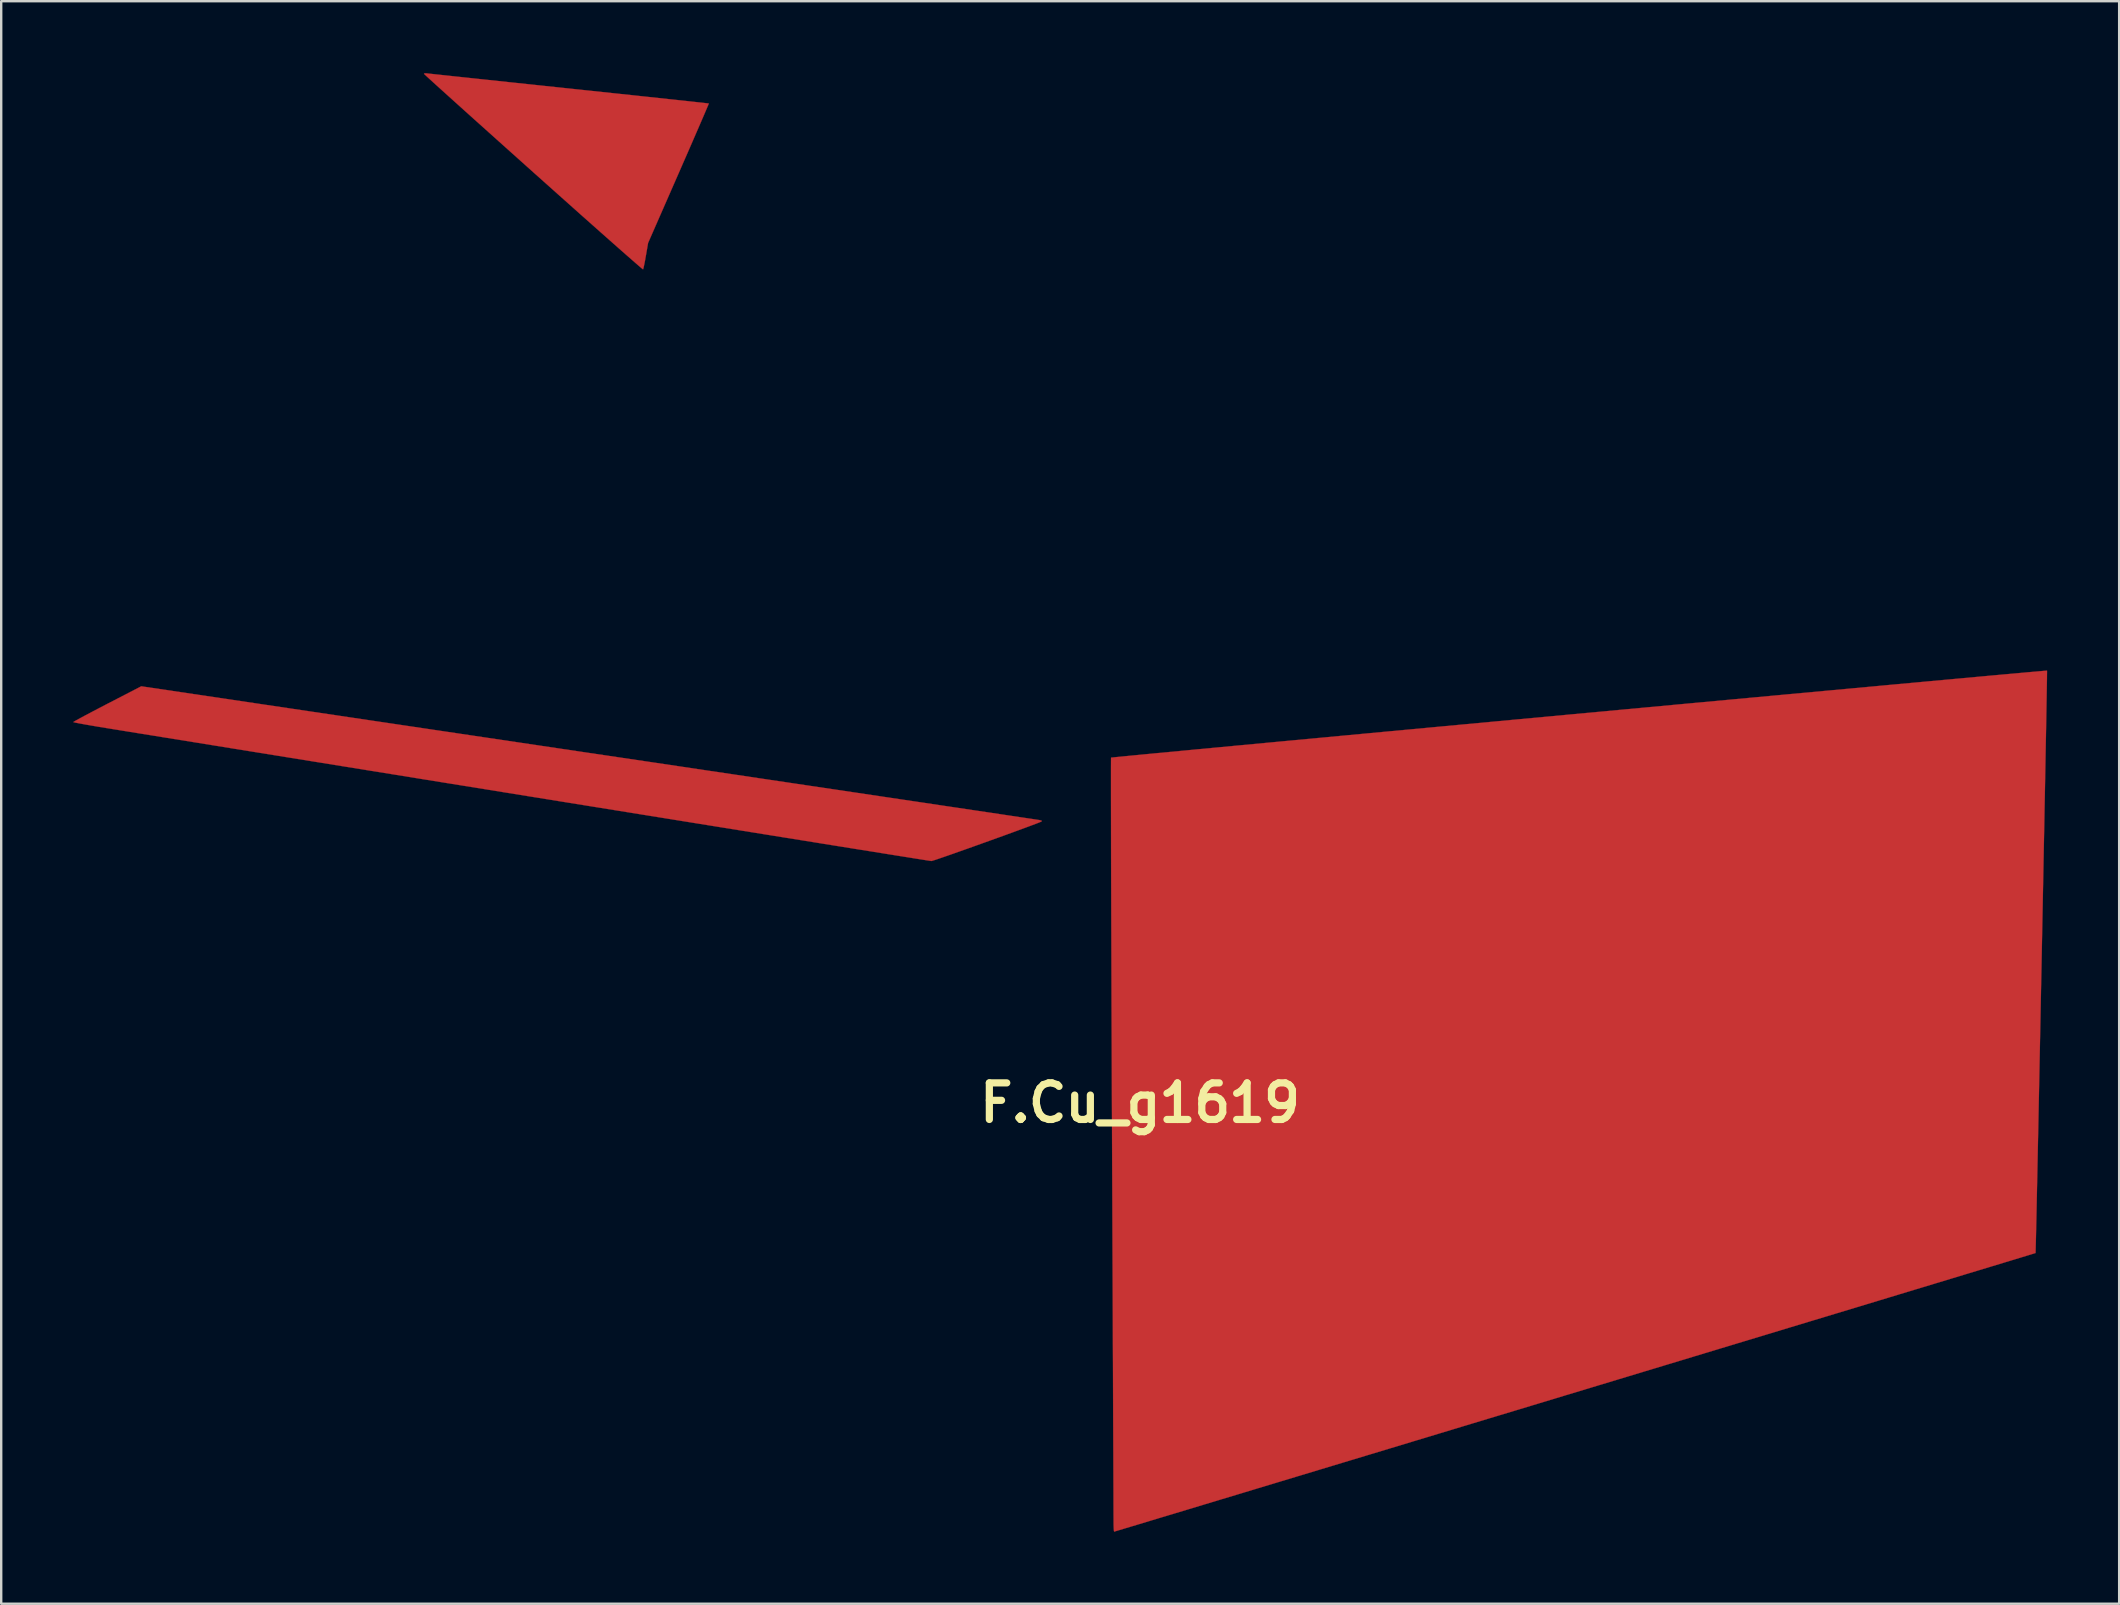
<source format=kicad_pcb>
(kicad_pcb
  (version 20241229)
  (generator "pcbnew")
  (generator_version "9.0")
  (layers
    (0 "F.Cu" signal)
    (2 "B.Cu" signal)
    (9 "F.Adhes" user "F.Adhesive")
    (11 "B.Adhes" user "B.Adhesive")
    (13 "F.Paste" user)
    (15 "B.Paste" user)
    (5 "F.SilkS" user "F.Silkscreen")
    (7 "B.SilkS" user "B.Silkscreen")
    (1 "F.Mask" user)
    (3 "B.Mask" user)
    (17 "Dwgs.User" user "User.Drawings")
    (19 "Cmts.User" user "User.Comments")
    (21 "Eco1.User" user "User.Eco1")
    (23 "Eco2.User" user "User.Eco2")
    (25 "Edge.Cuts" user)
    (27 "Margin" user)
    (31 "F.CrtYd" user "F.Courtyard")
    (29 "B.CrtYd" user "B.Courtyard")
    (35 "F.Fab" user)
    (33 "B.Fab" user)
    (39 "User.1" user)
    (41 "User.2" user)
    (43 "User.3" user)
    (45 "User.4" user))
  (footprint "F.Cu_g1619"
    (layer "F.Cu")
    (at 44.454 42.909)
    (property "Reference" "F.Cu_g1619" (at 0 0 0) (layer "F.SilkS") (effects (font (size 1.524 1.524) (thickness 0.3))))
    (attr through_hole)
    (fp_poly (pts (xy -29.727 -42.903) (xy -29.71 -42.901) (xy -29.652 -42.894) (xy -29.514 -42.879) (xy -29.303 -42.856) (xy -29.021 -42.826) (xy -28.676 -42.789) (xy -28.271 -42.746) (xy -27.812 -42.697) (xy -27.303 -42.643) (xy -26.749 -42.584) (xy -26.157 -42.521) (xy -25.529 -42.455) (xy -24.872 -42.385) (xy -24.19 -42.313) (xy -23.774 -42.269) (xy -23.083 -42.196) (xy -22.415 -42.125) (xy -21.775 -42.057) (xy -21.168 -41.993) (xy -20.598 -41.932) (xy -20.072 -41.876) (xy -19.593 -41.824) (xy -19.166 -41.779) (xy -18.796 -41.739) (xy -18.489 -41.705) (xy -18.248 -41.679) (xy -18.078 -41.66) (xy -17.985 -41.649) (xy -17.968 -41.646) (xy -17.982 -41.606) (xy -18.029 -41.495) (xy -18.104 -41.319) (xy -18.205 -41.083) (xy -18.33 -40.794) (xy -18.476 -40.457) (xy -18.64 -40.079) (xy -18.82 -39.665) (xy -19.014 -39.223) (xy -19.217 -38.757) (xy -19.227 -38.735) (xy -20.498 -35.835) (xy -20.591 -35.297) (xy -20.627 -35.093) (xy -20.661 -34.921) (xy -20.688 -34.797) (xy -20.706 -34.737) (xy -20.708 -34.735) (xy -20.741 -34.76) (xy -20.835 -34.838) (xy -20.984 -34.967) (xy -21.185 -35.143) (xy -21.436 -35.362) (xy -21.732 -35.623) (xy -22.069 -35.921) (xy -22.445 -36.254) (xy -22.856 -36.619) (xy -23.298 -37.011) (xy -23.767 -37.43) (xy -24.261 -37.87) (xy -24.775 -38.329) (xy -25.278 -38.778) (xy -25.808 -39.253) (xy -26.322 -39.713) (xy -26.814 -40.154) (xy -27.282 -40.574) (xy -27.722 -40.968) (xy -28.13 -41.335) (xy -28.503 -41.671) (xy -28.838 -41.973) (xy -29.131 -42.237) (xy -29.377 -42.46) (xy -29.575 -42.64) (xy -29.72 -42.772) (xy -29.808 -42.855) (xy -29.837 -42.883) (xy -29.81 -42.904) (xy -29.727 -42.903)) (stroke (width 0.01) (type solid)) (fill yes) (layer "F.Cu"))
    (fp_poly (pts (xy -22.957 -14.584) (xy -21.71 -14.399) (xy -20.484 -14.217) (xy -19.282 -14.038) (xy -18.106 -13.862) (xy -16.958 -13.692) (xy -15.842 -13.525) (xy -14.76 -13.364) (xy -13.715 -13.208) (xy -12.709 -13.059) (xy -11.746 -12.915) (xy -10.827 -12.778) (xy -9.956 -12.648) (xy -9.135 -12.526) (xy -8.367 -12.411) (xy -7.655 -12.305) (xy -7.001 -12.207) (xy -6.408 -12.119) (xy -5.879 -12.04) (xy -5.416 -11.97) (xy -5.021 -11.911) (xy -4.699 -11.863) (xy -4.451 -11.826) (xy -4.28 -11.8) (xy -4.188 -11.786) (xy -4.173 -11.783) (xy -4.096 -11.76) (xy -4.097 -11.733) (xy -4.11 -11.725) (xy -4.174 -11.697) (xy -4.308 -11.644) (xy -4.502 -11.571) (xy -4.748 -11.479) (xy -5.037 -11.373) (xy -5.359 -11.255) (xy -5.707 -11.128) (xy -6.072 -10.997) (xy -6.444 -10.863) (xy -6.815 -10.73) (xy -7.176 -10.601) (xy -7.519 -10.48) (xy -7.834 -10.368) (xy -8.114 -10.271) (xy -8.348 -10.19) (xy -8.528 -10.129) (xy -8.646 -10.092) (xy -8.692 -10.08) (xy -8.74 -10.087) (xy -8.869 -10.107) (xy -9.075 -10.139) (xy -9.357 -10.184) (xy -9.711 -10.241) (xy -10.134 -10.308) (xy -10.624 -10.387) (xy -11.177 -10.476) (xy -11.792 -10.574) (xy -12.464 -10.682) (xy -13.191 -10.799) (xy -13.971 -10.925) (xy -14.801 -11.058) (xy -15.677 -11.199) (xy -16.597 -11.347) (xy -17.558 -11.502) (xy -18.557 -11.663) (xy -19.591 -11.83) (xy -20.658 -12.002) (xy -21.754 -12.179) (xy -22.877 -12.36) (xy -24.025 -12.545) (xy -25.193 -12.734) (xy -25.252 -12.743) (xy -26.434 -12.934) (xy -27.602 -13.123) (xy -28.752 -13.308) (xy -29.88 -13.49) (xy -30.984 -13.669) (xy -32.06 -13.842) (xy -33.105 -14.011) (xy -34.117 -14.175) (xy -35.092 -14.332) (xy -36.027 -14.483) (xy -36.918 -14.627) (xy -37.763 -14.763) (xy -38.558 -14.892) (xy -39.301 -15.012) (xy -39.988 -15.123) (xy -40.616 -15.224) (xy -41.182 -15.316) (xy -41.683 -15.396) (xy -42.115 -15.466) (xy -42.476 -15.525) (xy -42.763 -15.571) (xy -42.971 -15.605) (xy -43.085 -15.623) (xy -43.413 -15.677) (xy -43.713 -15.728) (xy -43.975 -15.774) (xy -44.188 -15.813) (xy -44.344 -15.843) (xy -44.432 -15.863) (xy -44.449 -15.87) (xy -44.412 -15.895) (xy -44.309 -15.954) (xy -44.146 -16.042) (xy -43.933 -16.157) (xy -43.678 -16.292) (xy -43.388 -16.444) (xy -43.073 -16.608) (xy -43.033 -16.629) (xy -41.617 -17.361) (xy -22.957 -14.584)) (stroke (width 0.01) (type solid)) (fill yes) (layer "F.Cu"))
    (fp_poly (pts (xy 37.797 -17.97) (xy 37.795 -17.847) (xy 37.793 -17.647) (xy 37.788 -17.375) (xy 37.782 -17.034) (xy 37.775 -16.629) (xy 37.767 -16.164) (xy 37.758 -15.643) (xy 37.747 -15.07) (xy 37.735 -14.45) (xy 37.723 -13.785) (xy 37.71 -13.081) (xy 37.695 -12.341) (xy 37.681 -11.569) (xy 37.665 -10.771) (xy 37.649 -9.948) (xy 37.633 -9.107) (xy 37.616 -8.25) (xy 37.599 -7.382) (xy 37.582 -6.508) (xy 37.565 -5.63) (xy 37.547 -4.753) (xy 37.53 -3.882) (xy 37.513 -3.02) (xy 37.496 -2.171) (xy 37.479 -1.34) (xy 37.463 -0.531) (xy 37.447 0.253) (xy 37.432 1.007) (xy 37.417 1.727) (xy 37.403 2.409) (xy 37.39 3.05) (xy 37.377 3.644) (xy 37.366 4.188) (xy 37.356 4.677) (xy 37.346 5.108) (xy 37.338 5.477) (xy 37.331 5.78) (xy 37.325 6.011) (xy 37.321 6.168) (xy 37.319 6.246) (xy 37.318 6.255) (xy 37.277 6.268) (xy 37.159 6.304) (xy 36.965 6.363) (xy 36.7 6.444) (xy 36.365 6.545) (xy 35.965 6.667) (xy 35.502 6.807) (xy 34.979 6.966) (xy 34.4 7.141) (xy 33.767 7.333) (xy 33.083 7.54) (xy 32.352 7.761) (xy 31.576 7.996) (xy 30.759 8.244) (xy 29.903 8.503) (xy 29.011 8.773) (xy 28.088 9.052) (xy 27.135 9.34) (xy 26.155 9.637) (xy 25.153 9.94) (xy 24.13 10.249) (xy 23.09 10.564) (xy 22.036 10.883) (xy 20.971 11.205) (xy 19.897 11.53) (xy 18.819 11.856) (xy 17.739 12.182) (xy 16.66 12.509) (xy 15.585 12.834) (xy 14.517 13.156) (xy 13.459 13.476) (xy 12.415 13.792) (xy 11.386 14.103) (xy 10.378 14.408) (xy 9.391 14.706) (xy 8.43 14.996) (xy 7.497 15.278) (xy 6.596 15.55) (xy 5.73 15.812) (xy 4.9 16.062) (xy 4.112 16.301) (xy 3.367 16.525) (xy 2.669 16.736) (xy 2.021 16.932) (xy 1.425 17.112) (xy 0.885 17.274) (xy 0.405 17.419) (xy -0.014 17.546) (xy -0.368 17.652) (xy -0.654 17.738) (xy -0.87 17.803) (xy -1.01 17.845) (xy -1.074 17.864) (xy -1.078 17.865) (xy -1.087 17.825) (xy -1.095 17.718) (xy -1.1 17.561) (xy -1.101 17.41) (xy -1.101 17.334) (xy -1.102 17.177) (xy -1.103 16.941) (xy -1.104 16.63) (xy -1.105 16.246) (xy -1.107 15.794) (xy -1.109 15.274) (xy -1.111 14.692) (xy -1.114 14.049) (xy -1.117 13.35) (xy -1.12 12.596) (xy -1.123 11.791) (xy -1.126 10.938) (xy -1.13 10.041) (xy -1.133 9.101) (xy -1.137 8.123) (xy -1.141 7.11) (xy -1.146 6.063) (xy -1.15 4.987) (xy -1.154 3.885) (xy -1.159 2.759) (xy -1.164 1.613) (xy -1.165 1.295) (xy -1.17 0.149) (xy -1.174 -0.976) (xy -1.178 -2.077) (xy -1.182 -3.149) (xy -1.186 -4.192) (xy -1.189 -5.201) (xy -1.192 -6.173) (xy -1.195 -7.106) (xy -1.198 -7.997) (xy -1.2 -8.842) (xy -1.203 -9.639) (xy -1.205 -10.386) (xy -1.206 -11.078) (xy -1.207 -11.712) (xy -1.208 -12.287) (xy -1.209 -12.799) (xy -1.209 -13.245) (xy -1.209 -13.622) (xy -1.209 -13.927) (xy -1.208 -14.158) (xy -1.207 -14.31) (xy -1.206 -14.382) (xy -1.205 -14.388) (xy -1.162 -14.393) (xy -1.037 -14.406) (xy -0.835 -14.426) (xy -0.558 -14.453) (xy -0.21 -14.487) (xy 0.207 -14.527) (xy 0.688 -14.573) (xy 1.232 -14.624) (xy 1.834 -14.681) (xy 2.492 -14.744) (xy 3.202 -14.81) (xy 3.961 -14.882) (xy 4.766 -14.957) (xy 5.614 -15.037) (xy 6.5 -15.12) (xy 7.424 -15.207) (xy 8.38 -15.296) (xy 9.366 -15.388) (xy 10.379 -15.483) (xy 11.415 -15.579) (xy 12.471 -15.678) (xy 13.545 -15.778) (xy 14.632 -15.879) (xy 15.73 -15.982) (xy 16.835 -16.084) (xy 17.945 -16.188) (xy 19.055 -16.291) (xy 20.164 -16.394) (xy 21.267 -16.496) (xy 22.361 -16.598) (xy 23.443 -16.698) (xy 24.511 -16.797) (xy 25.56 -16.894) (xy 26.588 -16.989) (xy 27.592 -17.082) (xy 28.567 -17.172) (xy 29.512 -17.259) (xy 30.422 -17.343) (xy 31.295 -17.424) (xy 32.127 -17.5) (xy 32.915 -17.573) (xy 33.657 -17.641) (xy 34.348 -17.704) (xy 34.985 -17.763) (xy 35.566 -17.816) (xy 36.088 -17.863) (xy 36.546 -17.904) (xy 36.938 -17.94) (xy 37.26 -17.968) (xy 37.51 -17.99) (xy 37.684 -18.005) (xy 37.779 -18.012) (xy 37.796 -18.013) (xy 37.797 -17.97)) (stroke (width 0.01) (type solid)) (fill yes) (layer "F.Cu")))
  (gr_rect
    (start -3 -3)
    (end 85.256 63.778)
    (stroke (width 0.1) (type default))
    (fill no)
    (layer "Edge.Cuts")))
</source>
